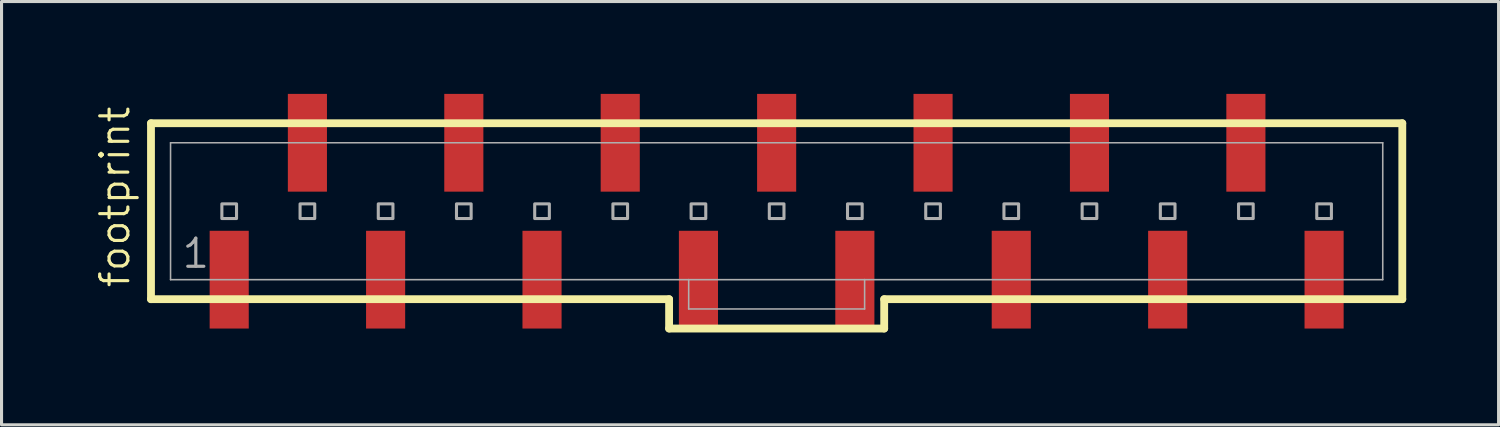
<source format=kicad_pcb>
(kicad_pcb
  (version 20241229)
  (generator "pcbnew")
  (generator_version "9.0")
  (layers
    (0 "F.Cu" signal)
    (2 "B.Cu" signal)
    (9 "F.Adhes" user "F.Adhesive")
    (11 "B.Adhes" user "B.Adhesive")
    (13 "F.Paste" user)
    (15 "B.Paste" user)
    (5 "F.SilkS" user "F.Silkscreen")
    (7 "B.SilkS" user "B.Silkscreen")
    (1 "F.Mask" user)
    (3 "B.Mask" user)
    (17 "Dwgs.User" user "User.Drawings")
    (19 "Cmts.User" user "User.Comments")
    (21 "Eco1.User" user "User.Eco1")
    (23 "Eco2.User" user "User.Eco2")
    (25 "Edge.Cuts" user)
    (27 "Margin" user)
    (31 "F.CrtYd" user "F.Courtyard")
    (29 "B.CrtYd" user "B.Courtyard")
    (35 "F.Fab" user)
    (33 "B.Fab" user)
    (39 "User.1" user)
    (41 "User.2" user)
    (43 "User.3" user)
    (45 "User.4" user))
  (footprint "footprint"
    (layer "F.Cu")
    (at 22.174 3.81)
    (property "Reference" "footprint" (at -20.955 2.54 90) (layer "F.SilkS") (effects (font (size 0.914 0.914) (thickness 0.102)) (justify left bottom)))
    (fp_line (start -20.32 -2.857) (end -20.32 2.857) (stroke (width 0.254) (type solid)) (layer "F.SilkS"))
    (fp_line (start -20.32 2.857) (end -3.493 2.857) (stroke (width 0.254) (type solid)) (layer "F.SilkS"))
    (fp_line (start -3.493 2.857) (end -3.493 3.81) (stroke (width 0.254) (type solid)) (layer "F.SilkS"))
    (fp_line (start -3.493 3.81) (end 3.493 3.81) (stroke (width 0.254) (type solid)) (layer "F.SilkS"))
    (fp_line (start 3.493 2.857) (end 20.32 2.857) (stroke (width 0.254) (type solid)) (layer "F.SilkS"))
    (fp_line (start 3.493 3.81) (end 3.493 2.857) (stroke (width 0.254) (type solid)) (layer "F.SilkS"))
    (fp_line (start 20.32 -2.857) (end -20.32 -2.857) (stroke (width 0.254) (type solid)) (layer "F.SilkS"))
    (fp_line (start 20.32 2.857) (end 20.32 -2.857) (stroke (width 0.254) (type solid)) (layer "F.SilkS"))
    (fp_line (start -19.685 -2.223) (end -19.685 2.223) (stroke (width 0.051) (type solid)) (layer "F.Fab"))
    (fp_line (start -19.685 -2.223) (end 19.685 -2.223) (stroke (width 0.051) (type solid)) (layer "F.Fab"))
    (fp_line (start -19.685 2.223) (end -2.857 2.223) (stroke (width 0.051) (type solid)) (layer "F.Fab"))
    (fp_line (start -2.857 2.223) (end -2.857 3.175) (stroke (width 0.051) (type solid)) (layer "F.Fab"))
    (fp_line (start -2.857 2.223) (end 2.857 2.223) (stroke (width 0.051) (type solid)) (layer "F.Fab"))
    (fp_line (start 2.857 2.223) (end 2.857 3.175) (stroke (width 0.051) (type solid)) (layer "F.Fab"))
    (fp_line (start 2.857 2.223) (end 19.685 2.223) (stroke (width 0.051) (type solid)) (layer "F.Fab"))
    (fp_line (start 2.857 3.175) (end -2.857 3.175) (stroke (width 0.051) (type solid)) (layer "F.Fab"))
    (fp_line (start 19.685 -2.223) (end 19.685 2.223) (stroke (width 0.051) (type solid)) (layer "F.Fab"))
    (fp_poly (pts (xy -18.018 0.238) (xy -17.542 0.238) (xy -17.542 -0.238) (xy -18.018 -0.238)) (stroke (width 0.1) (type solid)) (fill no) (layer "F.Fab"))
    (fp_poly (pts (xy -15.478 0.238) (xy -15.002 0.238) (xy -15.002 -0.238) (xy -15.478 -0.238)) (stroke (width 0.1) (type solid)) (fill no) (layer "F.Fab"))
    (fp_poly (pts (xy -12.938 0.238) (xy -12.462 0.238) (xy -12.462 -0.238) (xy -12.938 -0.238)) (stroke (width 0.1) (type solid)) (fill no) (layer "F.Fab"))
    (fp_poly (pts (xy -10.398 0.238) (xy -9.922 0.238) (xy -9.922 -0.238) (xy -10.398 -0.238)) (stroke (width 0.1) (type solid)) (fill no) (layer "F.Fab"))
    (fp_poly (pts (xy -7.858 0.238) (xy -7.382 0.238) (xy -7.382 -0.238) (xy -7.858 -0.238)) (stroke (width 0.1) (type solid)) (fill no) (layer "F.Fab"))
    (fp_poly (pts (xy -5.318 0.238) (xy -4.842 0.238) (xy -4.842 -0.238) (xy -5.318 -0.238)) (stroke (width 0.1) (type solid)) (fill no) (layer "F.Fab"))
    (fp_poly (pts (xy -2.778 0.238) (xy -2.302 0.238) (xy -2.302 -0.238) (xy -2.778 -0.238)) (stroke (width 0.1) (type solid)) (fill no) (layer "F.Fab"))
    (fp_poly (pts (xy -0.238 0.238) (xy 0.238 0.238) (xy 0.238 -0.238) (xy -0.238 -0.238)) (stroke (width 0.1) (type solid)) (fill no) (layer "F.Fab"))
    (fp_poly (pts (xy 2.302 0.238) (xy 2.778 0.238) (xy 2.778 -0.238) (xy 2.302 -0.238)) (stroke (width 0.1) (type solid)) (fill no) (layer "F.Fab"))
    (fp_poly (pts (xy 4.842 0.238) (xy 5.318 0.238) (xy 5.318 -0.238) (xy 4.842 -0.238)) (stroke (width 0.1) (type solid)) (fill no) (layer "F.Fab"))
    (fp_poly (pts (xy 7.382 0.238) (xy 7.858 0.238) (xy 7.858 -0.238) (xy 7.382 -0.238)) (stroke (width 0.1) (type solid)) (fill no) (layer "F.Fab"))
    (fp_poly (pts (xy 9.922 0.238) (xy 10.398 0.238) (xy 10.398 -0.238) (xy 9.922 -0.238)) (stroke (width 0.1) (type solid)) (fill no) (layer "F.Fab"))
    (fp_poly (pts (xy 12.462 0.238) (xy 12.938 0.238) (xy 12.938 -0.238) (xy 12.462 -0.238)) (stroke (width 0.1) (type solid)) (fill no) (layer "F.Fab"))
    (fp_poly (pts (xy 15.002 0.238) (xy 15.478 0.238) (xy 15.478 -0.238) (xy 15.002 -0.238)) (stroke (width 0.1) (type solid)) (fill no) (layer "F.Fab"))
    (fp_poly (pts (xy 17.542 0.238) (xy 18.018 0.238) (xy 18.018 -0.238) (xy 17.542 -0.238)) (stroke (width 0.1) (type solid)) (fill no) (layer "F.Fab"))
    (fp_text user "1" (at -19.367 1.905 0) (layer "F.Fab") (effects (font (size 0.914 0.914) (thickness 0.102)) (justify left bottom)))
    (pad "1" smd rect (at -17.78 2.223 270) (size 3.175 1.27) (layers "F.Cu" "F.Mask" "F.Paste"))
    (pad "2" smd rect (at -15.24 -2.223 270) (size 3.175 1.27) (layers "F.Cu" "F.Mask" "F.Paste"))
    (pad "3" smd rect (at -12.7 2.223 270) (size 3.175 1.27) (layers "F.Cu" "F.Mask" "F.Paste"))
    (pad "4" smd rect (at -10.16 -2.223 270) (size 3.175 1.27) (layers "F.Cu" "F.Mask" "F.Paste"))
    (pad "5" smd rect (at -7.62 2.223 270) (size 3.175 1.27) (layers "F.Cu" "F.Mask" "F.Paste"))
    (pad "6" smd rect (at -5.08 -2.223 270) (size 3.175 1.27) (layers "F.Cu" "F.Mask" "F.Paste"))
    (pad "7" smd rect (at -2.54 2.223 270) (size 3.175 1.27) (layers "F.Cu" "F.Mask" "F.Paste"))
    (pad "8" smd rect (at 0 -2.223 270) (size 3.175 1.27) (layers "F.Cu" "F.Mask" "F.Paste"))
    (pad "9" smd rect (at 2.54 2.223 270) (size 3.175 1.27) (layers "F.Cu" "F.Mask" "F.Paste"))
    (pad "10" smd rect (at 5.08 -2.223 270) (size 3.175 1.27) (layers "F.Cu" "F.Mask" "F.Paste"))
    (pad "11" smd rect (at 7.62 2.223 270) (size 3.175 1.27) (layers "F.Cu" "F.Mask" "F.Paste"))
    (pad "12" smd rect (at 10.16 -2.223 270) (size 3.175 1.27) (layers "F.Cu" "F.Mask" "F.Paste"))
    (pad "13" smd rect (at 12.7 2.223 270) (size 3.175 1.27) (layers "F.Cu" "F.Mask" "F.Paste"))
    (pad "14" smd rect (at 15.24 -2.223 270) (size 3.175 1.27) (layers "F.Cu" "F.Mask" "F.Paste"))
    (pad "15" smd rect (at 17.78 2.223 270) (size 3.175 1.27) (layers "F.Cu" "F.Mask" "F.Paste")))
  (gr_rect
    (start -3 -3)
    (end 45.621 10.747)
    (stroke (width 0.1) (type default))
    (fill no)
    (layer "Edge.Cuts")))
</source>
